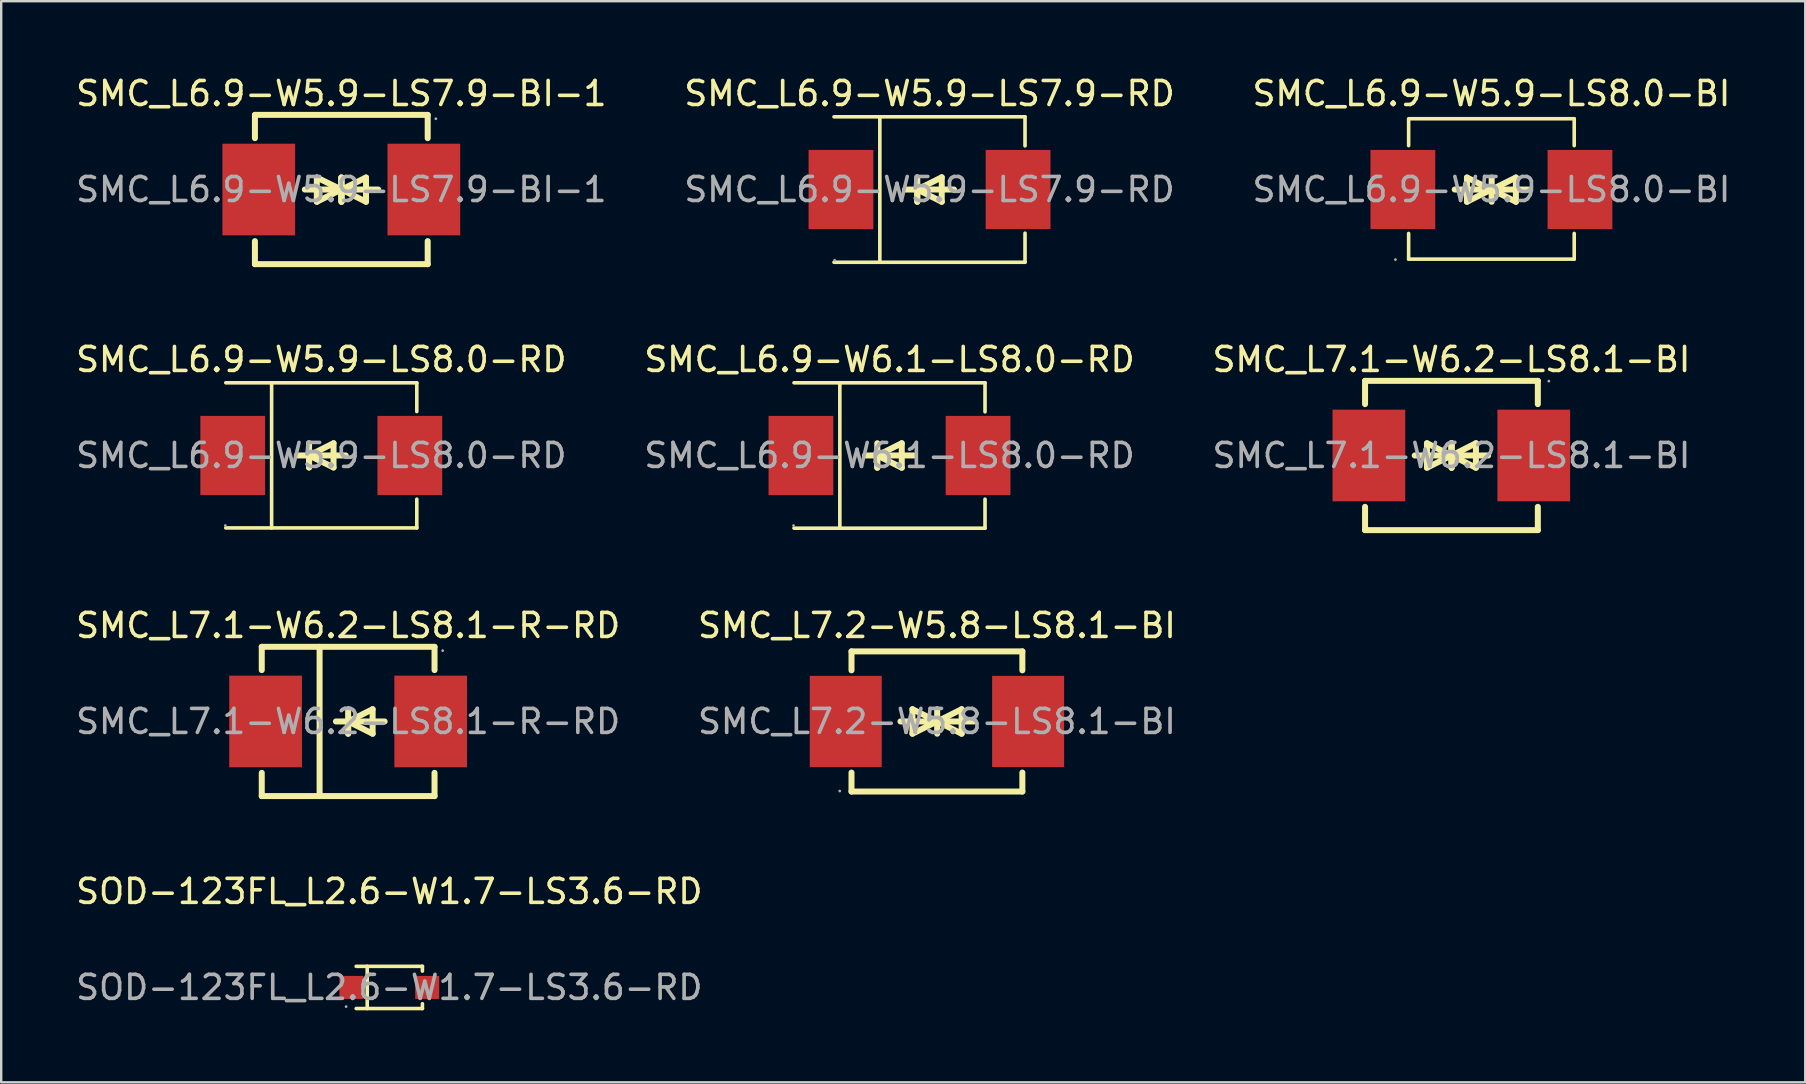
<source format=kicad_pcb>
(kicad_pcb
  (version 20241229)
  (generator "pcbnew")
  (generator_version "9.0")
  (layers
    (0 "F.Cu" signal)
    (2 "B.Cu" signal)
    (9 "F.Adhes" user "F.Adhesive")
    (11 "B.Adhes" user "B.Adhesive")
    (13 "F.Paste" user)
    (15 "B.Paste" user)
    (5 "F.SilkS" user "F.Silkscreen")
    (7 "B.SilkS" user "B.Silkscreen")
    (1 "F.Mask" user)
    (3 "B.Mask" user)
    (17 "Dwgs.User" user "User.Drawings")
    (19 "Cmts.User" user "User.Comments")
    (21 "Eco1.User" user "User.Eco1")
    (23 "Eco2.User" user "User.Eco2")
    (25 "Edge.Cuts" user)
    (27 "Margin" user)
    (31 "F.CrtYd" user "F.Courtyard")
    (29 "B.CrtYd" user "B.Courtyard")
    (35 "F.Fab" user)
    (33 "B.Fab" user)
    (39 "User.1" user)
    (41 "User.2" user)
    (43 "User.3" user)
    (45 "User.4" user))
  (footprint "SMC_L6.9-W5.9-LS7.9-RD"
    (layer "F.Cu")
    (at 35.685 4.848)
    (property "Reference" "SMC_L6.9-W5.9-LS7.9-RD" (at 0 -4 0) (layer "F.SilkS") (effects (font (size 1 1) (thickness 0.15))))
    (attr through_hole)
    (fp_line (start -3.98 -3.03) (end 3.98 -3.03) (stroke (width 0.15) (type solid)) (layer "F.SilkS"))
    (fp_line (start -3.98 3.03) (end 3.98 3.03) (stroke (width 0.15) (type solid)) (layer "F.SilkS"))
    (fp_line (start -2.07 -3.03) (end -2.07 3.03) (stroke (width 0.15) (type solid)) (layer "F.SilkS"))
    (fp_line (start -0.51 0) (end -0.51 0.51) (stroke (width 0.25) (type solid)) (layer "F.SilkS"))
    (fp_line (start -0.51 0) (end 0.51 0.51) (stroke (width 0.25) (type solid)) (layer "F.SilkS"))
    (fp_line (start -0.51 0.51) (end -0.51 -0.51) (stroke (width 0.25) (type solid)) (layer "F.SilkS"))
    (fp_line (start 0.51 -0.51) (end -0.51 0) (stroke (width 0.25) (type solid)) (layer "F.SilkS"))
    (fp_line (start 0.51 0.51) (end 0.51 -0.51) (stroke (width 0.25) (type solid)) (layer "F.SilkS"))
    (fp_line (start 1.02 0) (end -1.02 0) (stroke (width 0.25) (type solid)) (layer "F.SilkS"))
    (fp_line (start 3.98 -3.03) (end 3.98 -1.82) (stroke (width 0.15) (type solid)) (layer "F.SilkS"))
    (fp_line (start 3.98 3.03) (end 3.98 1.82) (stroke (width 0.15) (type solid)) (layer "F.SilkS"))
    (fp_circle (center -3.95 2.95) (end -3.92 2.95) (stroke (width 0.06) (type solid)) (fill no) (layer "F.Fab"))
    (fp_text user "${REFERENCE}" (at 0 0 0) (layer "F.Fab") (effects (font (size 1 1) (thickness 0.15))))
    (pad "1" smd rect (at -3.69 0) (size 2.7 3.3) (layers "F.Cu" "F.Mask" "F.Paste"))
    (pad "2" smd rect (at 3.69 0) (size 2.7 3.3) (layers "F.Cu" "F.Mask" "F.Paste")))
  (footprint "SMC_L7.2-W5.8-LS8.1-BI"
    (layer "F.Cu")
    (at 35.994 27.015)
    (property "Reference" "SMC_L7.2-W5.8-LS8.1-BI" (at 0 -4 0) (layer "F.SilkS") (effects (font (size 1 1) (thickness 0.15))))
    (attr through_hole)
    (fp_line (start -3.56 -2.92) (end -3.56 -2.13) (stroke (width 0.25) (type solid)) (layer "F.SilkS"))
    (fp_line (start -3.56 2.13) (end -3.56 2.92) (stroke (width 0.25) (type solid)) (layer "F.SilkS"))
    (fp_line (start -3.56 2.92) (end 3.56 2.92) (stroke (width 0.25) (type solid)) (layer "F.SilkS"))
    (fp_line (start -1.52 0) (end 0.51 0) (stroke (width 0.25) (type solid)) (layer "F.SilkS"))
    (fp_line (start -1.02 -0.51) (end -1.02 0.51) (stroke (width 0.25) (type solid)) (layer "F.SilkS"))
    (fp_line (start -1.02 0.51) (end 0 0) (stroke (width 0.25) (type solid)) (layer "F.SilkS"))
    (fp_line (start 0 0) (end -1.02 -0.51) (stroke (width 0.25) (type solid)) (layer "F.SilkS"))
    (fp_line (start 0.01 0) (end 1.03 0.51) (stroke (width 0.25) (type solid)) (layer "F.SilkS"))
    (fp_line (start 0.01 0.51) (end 0.01 -0.51) (stroke (width 0.25) (type solid)) (layer "F.SilkS"))
    (fp_line (start 1.03 -0.51) (end 0.01 0) (stroke (width 0.25) (type solid)) (layer "F.SilkS"))
    (fp_line (start 1.03 0.51) (end 1.03 -0.51) (stroke (width 0.25) (type solid)) (layer "F.SilkS"))
    (fp_line (start 1.54 0) (end -0.5 0) (stroke (width 0.25) (type solid)) (layer "F.SilkS"))
    (fp_line (start 3.56 -2.92) (end -3.56 -2.92) (stroke (width 0.25) (type solid)) (layer "F.SilkS"))
    (fp_line (start 3.56 -2.13) (end 3.56 -2.92) (stroke (width 0.25) (type solid)) (layer "F.SilkS"))
    (fp_line (start 3.56 2.92) (end 3.56 2.13) (stroke (width 0.25) (type solid)) (layer "F.SilkS"))
    (fp_circle (center -4.05 2.9) (end -4.02 2.9) (stroke (width 0.06) (type solid)) (fill no) (layer "F.Fab"))
    (fp_text user "${REFERENCE}" (at 0 0 0) (layer "F.Fab") (effects (font (size 1 1) (thickness 0.15))))
    (pad "1" smd rect (at -3.8 0) (size 3 3.8) (layers "F.Cu" "F.Mask" "F.Paste"))
    (pad "2" smd rect (at 3.8 0) (size 3 3.8) (layers "F.Cu" "F.Mask" "F.Paste")))
  (footprint "SMC_L6.9-W5.9-LS7.9-BI-1"
    (layer "F.Cu")
    (at 11.173 4.848)
    (property "Reference" "SMC_L6.9-W5.9-LS7.9-BI-1" (at 0 -4 0) (layer "F.SilkS") (effects (font (size 1 1) (thickness 0.15))))
    (attr smd)
    (fp_line (start -3.6 -2.14) (end -3.6 -3.11) (stroke (width 0.25) (type solid)) (layer "F.SilkS"))
    (fp_line (start -3.6 3.11) (end -3.6 2.15) (stroke (width 0.25) (type solid)) (layer "F.SilkS"))
    (fp_line (start -1.52 0) (end 0.51 0) (stroke (width 0.25) (type solid)) (layer "F.SilkS"))
    (fp_line (start -1.02 -0.5) (end -1.02 0.51) (stroke (width 0.25) (type solid)) (layer "F.SilkS"))
    (fp_line (start -1.02 0.51) (end 0 0) (stroke (width 0.25) (type solid)) (layer "F.SilkS"))
    (fp_line (start 0 -0.5) (end 0 0.51) (stroke (width 0.25) (type solid)) (layer "F.SilkS"))
    (fp_line (start 0 0) (end -1.02 -0.5) (stroke (width 0.25) (type solid)) (layer "F.SilkS"))
    (fp_line (start 0 0) (end 0 -0.5) (stroke (width 0.25) (type solid)) (layer "F.SilkS"))
    (fp_line (start 0.01 0) (end 0.01 0.51) (stroke (width 0.25) (type solid)) (layer "F.SilkS"))
    (fp_line (start 0.01 0) (end 1.03 0.51) (stroke (width 0.25) (type solid)) (layer "F.SilkS"))
    (fp_line (start 0.01 0.51) (end 0.01 -0.5) (stroke (width 0.25) (type solid)) (layer "F.SilkS"))
    (fp_line (start 1.03 -0.5) (end 0.01 0) (stroke (width 0.25) (type solid)) (layer "F.SilkS"))
    (fp_line (start 1.03 0.51) (end 1.03 -0.5) (stroke (width 0.25) (type solid)) (layer "F.SilkS"))
    (fp_line (start 1.54 0) (end -0.5 0) (stroke (width 0.25) (type solid)) (layer "F.SilkS"))
    (fp_line (start 3.6 -3.11) (end -3.6 -3.11) (stroke (width 0.25) (type solid)) (layer "F.SilkS"))
    (fp_line (start 3.6 -2.14) (end 3.6 -3.11) (stroke (width 0.25) (type solid)) (layer "F.SilkS"))
    (fp_line (start 3.6 3.11) (end -3.6 3.11) (stroke (width 0.25) (type solid)) (layer "F.SilkS"))
    (fp_line (start 3.6 3.11) (end 3.6 2.15) (stroke (width 0.25) (type solid)) (layer "F.SilkS"))
    (fp_circle (center 3.94 -2.95) (end 3.97 -2.95) (stroke (width 0.06) (type solid)) (fill no) (layer "F.Fab"))
    (fp_text user "${REFERENCE}" (at 0 0 0) (layer "F.Fab") (effects (font (size 1 1) (thickness 0.15))))
    (pad "1" smd rect (at 3.44 0) (size 3.03 3.82) (layers "F.Cu" "F.Mask" "F.Paste"))
    (pad "2" smd rect (at -3.44 0) (size 3.03 3.82) (layers "F.Cu" "F.Mask" "F.Paste")))
  (footprint "SMC_L6.9-W6.1-LS8.0-RD"
    (layer "F.Cu")
    (at 34.018 15.931)
    (property "Reference" "SMC_L6.9-W6.1-LS8.0-RD" (at 0 -4 0) (layer "F.SilkS") (effects (font (size 1 1) (thickness 0.15))))
    (attr through_hole)
    (fp_line (start -3.98 -3.03) (end 3.98 -3.03) (stroke (width 0.15) (type solid)) (layer "F.SilkS"))
    (fp_line (start -3.98 3.03) (end 3.98 3.03) (stroke (width 0.15) (type solid)) (layer "F.SilkS"))
    (fp_line (start -2.07 -3.03) (end -2.07 3.03) (stroke (width 0.15) (type solid)) (layer "F.SilkS"))
    (fp_line (start -0.51 0) (end -0.51 0.51) (stroke (width 0.25) (type solid)) (layer "F.SilkS"))
    (fp_line (start -0.51 0) (end 0.51 0.51) (stroke (width 0.25) (type solid)) (layer "F.SilkS"))
    (fp_line (start -0.51 0.51) (end -0.51 -0.51) (stroke (width 0.25) (type solid)) (layer "F.SilkS"))
    (fp_line (start 0.51 -0.51) (end -0.51 0) (stroke (width 0.25) (type solid)) (layer "F.SilkS"))
    (fp_line (start 0.51 0.51) (end 0.51 -0.51) (stroke (width 0.25) (type solid)) (layer "F.SilkS"))
    (fp_line (start 1.02 0) (end -1.02 0) (stroke (width 0.25) (type solid)) (layer "F.SilkS"))
    (fp_line (start 3.98 -3.03) (end 3.98 -1.82) (stroke (width 0.15) (type solid)) (layer "F.SilkS"))
    (fp_line (start 3.98 3.03) (end 3.98 1.82) (stroke (width 0.15) (type solid)) (layer "F.SilkS"))
    (fp_circle (center -4 2.92) (end -3.97 2.92) (stroke (width 0.06) (type solid)) (fill no) (layer "F.Fab"))
    (fp_text user "${REFERENCE}" (at 0 0 0) (layer "F.Fab") (effects (font (size 1 1) (thickness 0.15))))
    (pad "1" smd rect (at -3.69 0) (size 2.7 3.3) (layers "F.Cu" "F.Mask" "F.Paste"))
    (pad "2" smd rect (at 3.69 0) (size 2.7 3.3) (layers "F.Cu" "F.Mask" "F.Paste")))
  (footprint "SMC_L6.9-W5.9-LS8.0-BI"
    (layer "F.Cu")
    (at 59.101 4.848)
    (property "Reference" "SMC_L6.9-W5.9-LS8.0-BI" (at 0 -4 0) (layer "F.SilkS") (effects (font (size 1 1) (thickness 0.15))))
    (attr smd)
    (fp_line (start -3.45 -2.95) (end -3.45 -1.83) (stroke (width 0.15) (type solid)) (layer "F.SilkS"))
    (fp_line (start -3.45 1.83) (end -3.45 2.9) (stroke (width 0.15) (type solid)) (layer "F.SilkS"))
    (fp_line (start -3.45 2.9) (end 3.45 2.9) (stroke (width 0.15) (type solid)) (layer "F.SilkS"))
    (fp_line (start -1.53 0) (end 0.5 0) (stroke (width 0.25) (type solid)) (layer "F.SilkS"))
    (fp_line (start -1.02 -0.5) (end -1.02 0.51) (stroke (width 0.25) (type solid)) (layer "F.SilkS"))
    (fp_line (start -1.02 0.51) (end -0.01 0) (stroke (width 0.25) (type solid)) (layer "F.SilkS"))
    (fp_line (start -0.01 0) (end -1.02 -0.5) (stroke (width 0.25) (type solid)) (layer "F.SilkS"))
    (fp_line (start 0.01 0) (end 1.02 0.51) (stroke (width 0.25) (type solid)) (layer "F.SilkS"))
    (fp_line (start 0.01 0.51) (end 0.01 -0.5) (stroke (width 0.25) (type solid)) (layer "F.SilkS"))
    (fp_line (start 1.02 -0.5) (end 0.01 0) (stroke (width 0.25) (type solid)) (layer "F.SilkS"))
    (fp_line (start 1.02 0.51) (end 1.02 -0.5) (stroke (width 0.25) (type solid)) (layer "F.SilkS"))
    (fp_line (start 1.53 0) (end -0.5 0) (stroke (width 0.25) (type solid)) (layer "F.SilkS"))
    (fp_line (start 3.45 -2.95) (end -3.4 -2.95) (stroke (width 0.15) (type solid)) (layer "F.SilkS"))
    (fp_line (start 3.45 -1.83) (end 3.45 -2.95) (stroke (width 0.15) (type solid)) (layer "F.SilkS"))
    (fp_line (start 3.45 2.9) (end 3.45 1.83) (stroke (width 0.15) (type solid)) (layer "F.SilkS"))
    (fp_circle (center -4 2.92) (end -3.97 2.92) (stroke (width 0.06) (type solid)) (fill no) (layer "F.Fab"))
    (fp_text user "${REFERENCE}" (at 0 0 0) (layer "F.Fab") (effects (font (size 1 1) (thickness 0.15))))
    (pad "1" smd rect (at -3.69 0) (size 2.7 3.3) (layers "F.Cu" "F.Mask" "F.Paste"))
    (pad "2" smd rect (at 3.69 0) (size 2.7 3.3) (layers "F.Cu" "F.Mask" "F.Paste")))
  (footprint "SMC_L7.1-W6.2-LS8.1-R-RD"
    (layer "F.Cu")
    (at 11.458 27.015)
    (property "Reference" "SMC_L7.1-W6.2-LS8.1-R-RD" (at 0 -4 0) (layer "F.SilkS") (effects (font (size 1 1) (thickness 0.15))))
    (attr smd)
    (fp_line (start -3.6 -3.11) (end -3.6 -2.14) (stroke (width 0.25) (type solid)) (layer "F.SilkS"))
    (fp_line (start -3.6 -3.11) (end 3.6 -3.11) (stroke (width 0.25) (type solid)) (layer "F.SilkS"))
    (fp_line (start -3.6 2.14) (end -3.6 3.11) (stroke (width 0.25) (type solid)) (layer "F.SilkS"))
    (fp_line (start -3.6 3.11) (end 3.6 3.11) (stroke (width 0.25) (type solid)) (layer "F.SilkS"))
    (fp_line (start -1.19 -3.11) (end -1.19 3.11) (stroke (width 0.25) (type solid)) (layer "F.SilkS"))
    (fp_line (start 0 0) (end 0 0.51) (stroke (width 0.25) (type solid)) (layer "F.SilkS"))
    (fp_line (start 0 0) (end 1.02 0.51) (stroke (width 0.25) (type solid)) (layer "F.SilkS"))
    (fp_line (start 0 0.51) (end 0 -0.51) (stroke (width 0.25) (type solid)) (layer "F.SilkS"))
    (fp_line (start 1.02 -0.51) (end 0 0) (stroke (width 0.25) (type solid)) (layer "F.SilkS"))
    (fp_line (start 1.02 0.51) (end 1.02 -0.51) (stroke (width 0.25) (type solid)) (layer "F.SilkS"))
    (fp_line (start 1.52 0) (end -0.51 0) (stroke (width 0.25) (type solid)) (layer "F.SilkS"))
    (fp_line (start 3.6 -3.11) (end 3.6 -2.14) (stroke (width 0.25) (type solid)) (layer "F.SilkS"))
    (fp_line (start 3.6 2.14) (end 3.6 3.11) (stroke (width 0.25) (type solid)) (layer "F.SilkS"))
    (fp_circle (center 3.94 -2.95) (end 3.97 -2.95) (stroke (width 0.06) (type solid)) (fill no) (layer "F.Fab"))
    (fp_text user "${REFERENCE}" (at 0 0 0) (layer "F.Fab") (effects (font (size 1 1) (thickness 0.15))))
    (pad "1" smd rect (at 3.44 0 180) (size 3.03 3.82) (layers "F.Cu" "F.Mask" "F.Paste"))
    (pad "2" smd rect (at -3.44 0 180) (size 3.03 3.82) (layers "F.Cu" "F.Mask" "F.Paste")))
  (footprint "SMC_L7.1-W6.2-LS8.1-BI"
    (layer "F.Cu")
    (at 57.435 15.931)
    (property "Reference" "SMC_L7.1-W6.2-LS8.1-BI" (at 0 -4 0) (layer "F.SilkS") (effects (font (size 1 1) (thickness 0.15))))
    (attr through_hole)
    (fp_line (start -3.6 -2.14) (end -3.6 -3.11) (stroke (width 0.25) (type solid)) (layer "F.SilkS"))
    (fp_line (start -3.6 3.11) (end -3.6 2.14) (stroke (width 0.25) (type solid)) (layer "F.SilkS"))
    (fp_line (start -1.53 0) (end 0.5 0) (stroke (width 0.25) (type solid)) (layer "F.SilkS"))
    (fp_line (start -1.02 -0.51) (end -1.02 0.51) (stroke (width 0.25) (type solid)) (layer "F.SilkS"))
    (fp_line (start -1.02 0.51) (end 0 0) (stroke (width 0.25) (type solid)) (layer "F.SilkS"))
    (fp_line (start 0 -0.51) (end 0 0.51) (stroke (width 0.25) (type solid)) (layer "F.SilkS"))
    (fp_line (start 0 0) (end -1.02 -0.51) (stroke (width 0.25) (type solid)) (layer "F.SilkS"))
    (fp_line (start 0 0) (end 0 -0.51) (stroke (width 0.25) (type solid)) (layer "F.SilkS"))
    (fp_line (start 0.01 0) (end 0.01 0.51) (stroke (width 0.25) (type solid)) (layer "F.SilkS"))
    (fp_line (start 0.01 0) (end 1.02 0.51) (stroke (width 0.25) (type solid)) (layer "F.SilkS"))
    (fp_line (start 0.01 0.51) (end 0.01 -0.51) (stroke (width 0.25) (type solid)) (layer "F.SilkS"))
    (fp_line (start 1.02 -0.51) (end 0.01 0) (stroke (width 0.25) (type solid)) (layer "F.SilkS"))
    (fp_line (start 1.02 0.51) (end 1.02 -0.51) (stroke (width 0.25) (type solid)) (layer "F.SilkS"))
    (fp_line (start 1.53 0) (end -0.5 0) (stroke (width 0.25) (type solid)) (layer "F.SilkS"))
    (fp_line (start 3.6 -3.11) (end -3.6 -3.11) (stroke (width 0.25) (type solid)) (layer "F.SilkS"))
    (fp_line (start 3.6 -2.14) (end 3.6 -3.11) (stroke (width 0.25) (type solid)) (layer "F.SilkS"))
    (fp_line (start 3.6 3.11) (end -3.6 3.11) (stroke (width 0.25) (type solid)) (layer "F.SilkS"))
    (fp_line (start 3.6 3.11) (end 3.6 2.14) (stroke (width 0.25) (type solid)) (layer "F.SilkS"))
    (fp_circle (center 4.06 -3.1) (end 4.09 -3.1) (stroke (width 0.06) (type solid)) (fill no) (layer "F.Fab"))
    (fp_text user "${REFERENCE}" (at 0 0 0) (layer "F.Fab") (effects (font (size 1 1) (thickness 0.15))))
    (pad "1" smd rect (at 3.43 0) (size 3.03 3.82) (layers "F.Cu" "F.Mask" "F.Paste"))
    (pad "2" smd rect (at -3.44 0) (size 3.03 3.82) (layers "F.Cu" "F.Mask" "F.Paste")))
  (footprint "SOD-123FL_L2.6-W1.7-LS3.6-RD"
    (layer "F.Cu")
    (at 13.173 38.098)
    (property "Reference" "SOD-123FL_L2.6-W1.7-LS3.6-RD" (at 0 -4 0) (layer "F.SilkS") (effects (font (size 1 1) (thickness 0.15))))
    (attr smd)
    (fp_line (start -1.38 -0.88) (end 1.38 -0.88) (stroke (width 0.15) (type solid)) (layer "F.SilkS"))
    (fp_line (start -1.38 0.88) (end 1.38 0.88) (stroke (width 0.15) (type solid)) (layer "F.SilkS"))
    (fp_line (start -0.92 -0.88) (end -0.92 0.88) (stroke (width 0.15) (type solid)) (layer "F.SilkS"))
    (fp_line (start 1.38 -0.88) (end 1.38 -0.68) (stroke (width 0.15) (type solid)) (layer "F.SilkS"))
    (fp_line (start 1.38 0.88) (end 1.38 0.68) (stroke (width 0.15) (type solid)) (layer "F.SilkS"))
    (fp_circle (center -1.8 0.8) (end -1.77 0.8) (stroke (width 0.06) (type solid)) (fill no) (layer "F.Fab"))
    (fp_text user "${REFERENCE}" (at 0 0 0) (layer "F.Fab") (effects (font (size 1 1) (thickness 0.15))))
    (pad "1" smd rect (at -1.58 0) (size 1 0.96) (layers "F.Cu" "F.Mask" "F.Paste"))
    (pad "2" smd rect (at 1.58 0) (size 1 0.96) (layers "F.Cu" "F.Mask" "F.Paste")))
  (footprint "SMC_L6.9-W5.9-LS8.0-RD"
    (layer "F.Cu")
    (at 10.339 15.931)
    (property "Reference" "SMC_L6.9-W5.9-LS8.0-RD" (at 0 -4 0) (layer "F.SilkS") (effects (font (size 1 1) (thickness 0.15))))
    (attr smd)
    (fp_line (start -3.98 -3.03) (end 3.98 -3.03) (stroke (width 0.15) (type solid)) (layer "F.SilkS"))
    (fp_line (start -3.98 3.02) (end 3.98 3.02) (stroke (width 0.15) (type solid)) (layer "F.SilkS"))
    (fp_line (start -2.07 -3.03) (end -2.07 3.02) (stroke (width 0.15) (type solid)) (layer "F.SilkS"))
    (fp_line (start -0.51 0) (end -0.51 0.5) (stroke (width 0.25) (type solid)) (layer "F.SilkS"))
    (fp_line (start -0.51 0) (end 0.51 0.5) (stroke (width 0.25) (type solid)) (layer "F.SilkS"))
    (fp_line (start -0.51 0.5) (end -0.51 -0.51) (stroke (width 0.25) (type solid)) (layer "F.SilkS"))
    (fp_line (start 0.51 -0.51) (end -0.51 0) (stroke (width 0.25) (type solid)) (layer "F.SilkS"))
    (fp_line (start 0.51 0.5) (end 0.51 -0.51) (stroke (width 0.25) (type solid)) (layer "F.SilkS"))
    (fp_line (start 1.02 0) (end -1.02 0) (stroke (width 0.25) (type solid)) (layer "F.SilkS"))
    (fp_line (start 3.98 -3.03) (end 3.98 -1.83) (stroke (width 0.15) (type solid)) (layer "F.SilkS"))
    (fp_line (start 3.98 3.02) (end 3.98 1.82) (stroke (width 0.15) (type solid)) (layer "F.SilkS"))
    (fp_circle (center -4 2.92) (end -3.97 2.92) (stroke (width 0.06) (type solid)) (fill no) (layer "F.Fab"))
    (fp_text user "${REFERENCE}" (at 0 0 0) (layer "F.Fab") (effects (font (size 1 1) (thickness 0.15))))
    (pad "1" smd rect (at -3.69 0) (size 2.7 3.3) (layers "F.Cu" "F.Mask" "F.Paste"))
    (pad "2" smd rect (at 3.69 0) (size 2.7 3.3) (layers "F.Cu" "F.Mask" "F.Paste")))
  (gr_rect
    (start -3 -3)
    (end 72.179 42.053)
    (stroke (width 0.1) (type default))
    (fill no)
    (layer "Edge.Cuts")))
</source>
